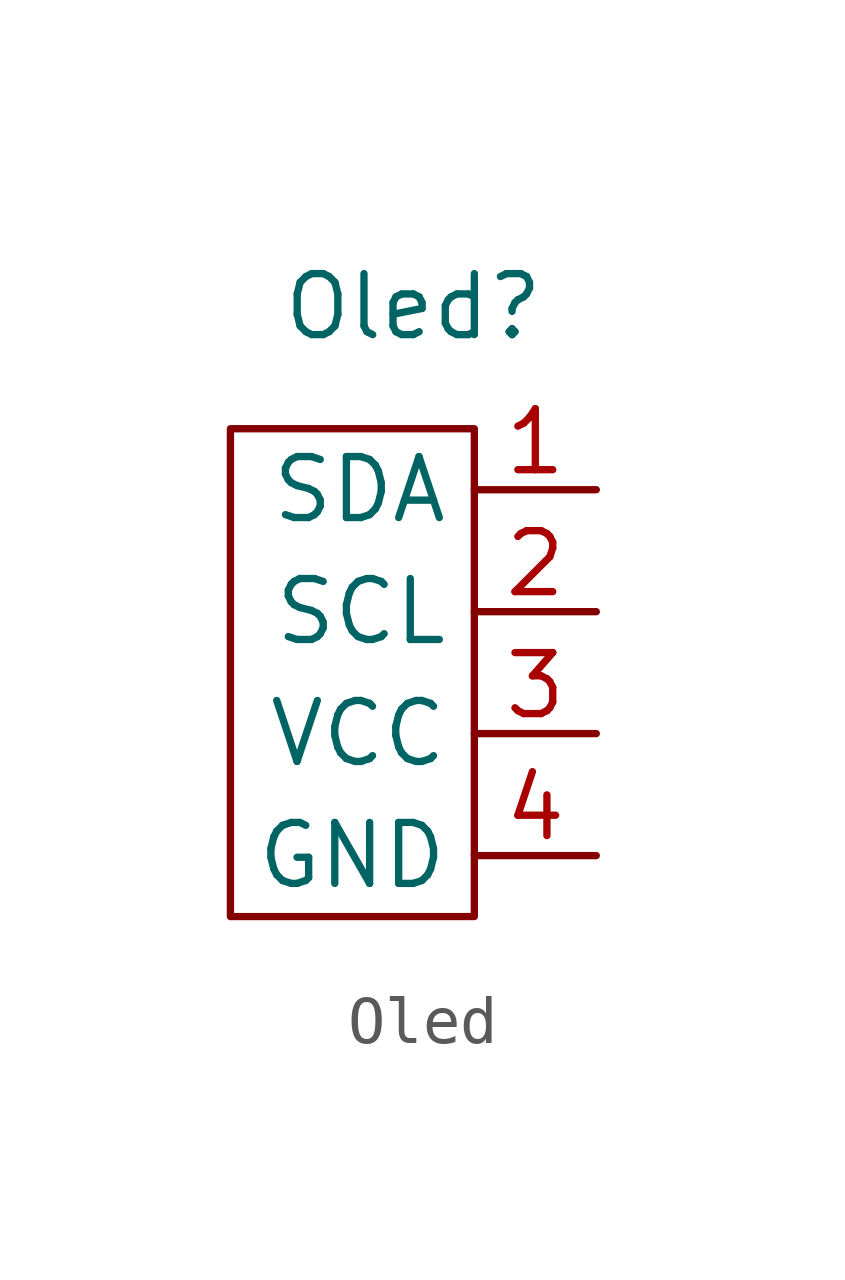
<source format=kicad_sym>
(kicad_symbol_lib
  (version 20220914)
  (generator kicad_symbol_editor)
  (symbol "Oled"
    (property "Reference" "Oled"
      (at 0 7.62 0)
      (effects (font (size 1.27 1.27))))
    (property "Value" ""
      (at 0 0 0)
      (effects (font (size 1.27 1.27))))
    (symbol "Oled_0_1"
      (rectangle (start -3.81 5.08) (end 1.27 -5.08) (stroke (width 0) (type default)) (fill (type none))))
    (symbol "Oled_1_1"
      (pin input line (at 3.81 3.81 180) (length 2.54) (name "SDA" (effects (font (size 1.27 1.27)))) (number "1" (effects (font (size 1.27 1.27)))))
      (pin input line (at 3.81 1.27 180) (length 2.54) (name "SCL" (effects (font (size 1.27 1.27)))) (number "2" (effects (font (size 1.27 1.27)))))
      (pin input line (at 3.81 -1.27 180) (length 2.54) (name "VCC" (effects (font (size 1.27 1.27)))) (number "3" (effects (font (size 1.27 1.27)))))
      (pin input line (at 3.81 -3.81 180) (length 2.54) (name "GND" (effects (font (size 1.27 1.27)))) (number "4" (effects (font (size 1.27 1.27))))))))
</source>
